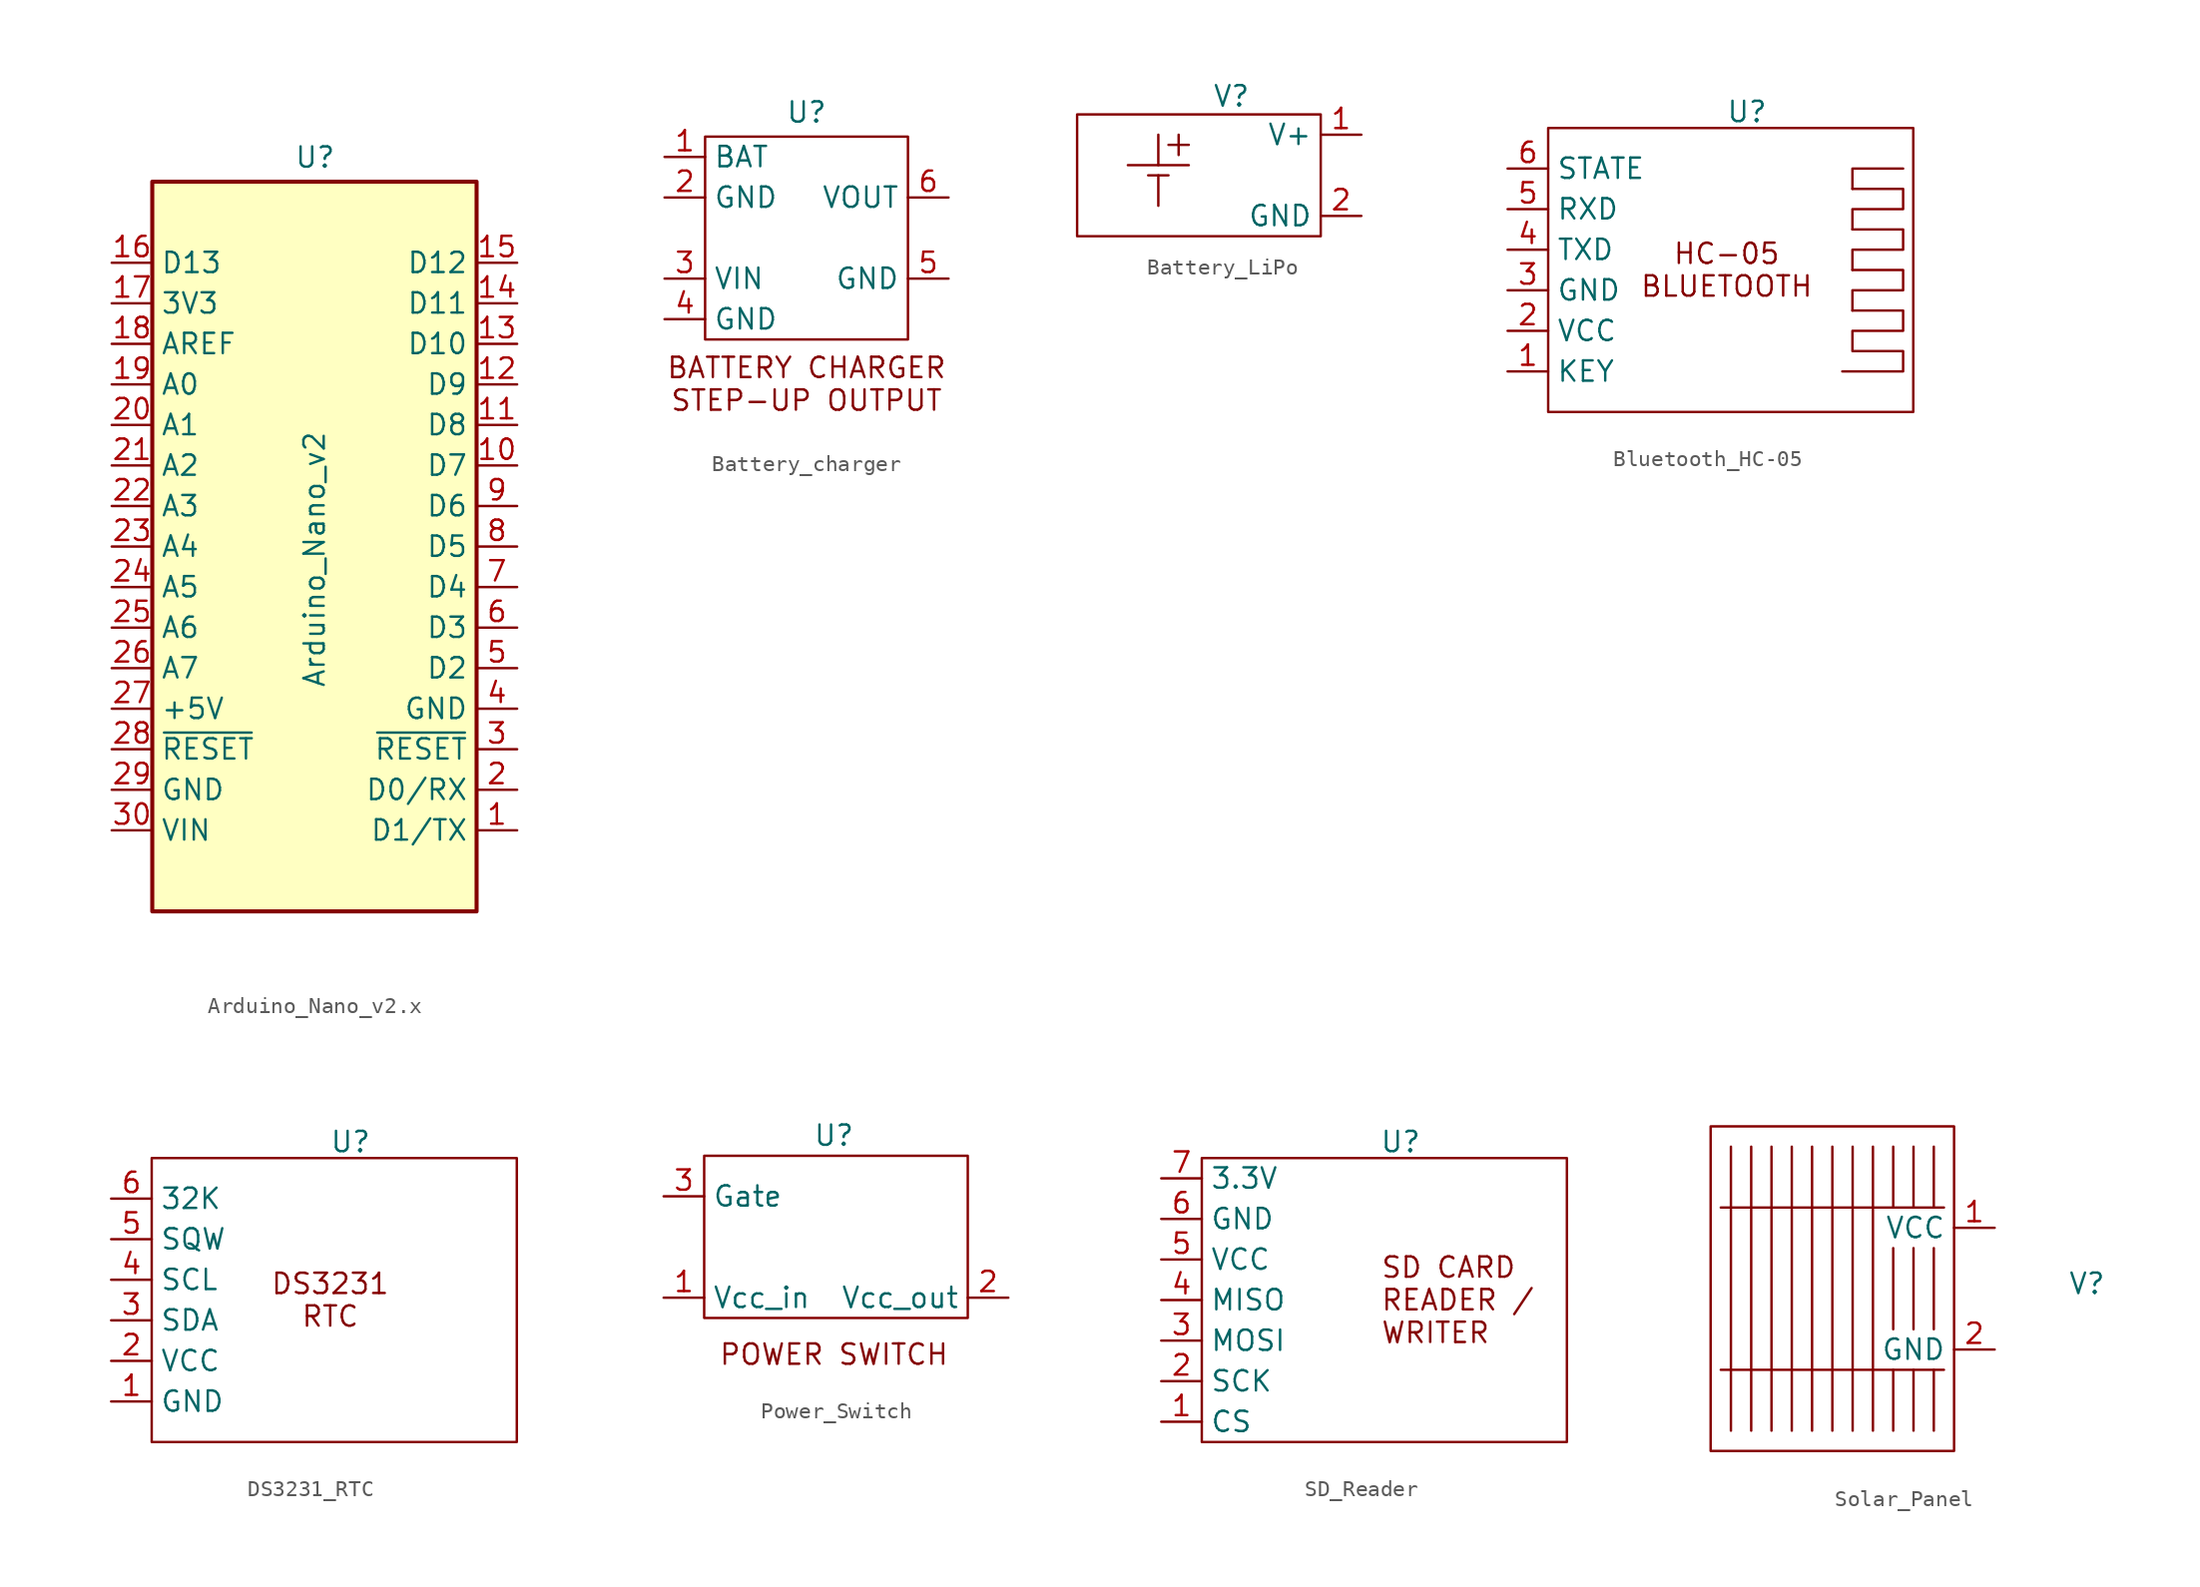
<source format=kicad_sym>
(kicad_symbol_lib
  (version 20231120)
  (generator "kicad_symbol_editor")
  (generator_version "8.0")
  (symbol "Arduino_Nano_v2.x"
    (property "Reference" "U"
      (at -1.27 24.384 0)
      (effects (font (size 1.27 1.27)) (justify left)))
    (property "Value" "Arduino_Nano_v2"
      (at 0 -8.89 90)
      (effects (font (size 1.27 1.27)) (justify left)))
    (symbol "Arduino_Nano_v2.x_0_1"
      (rectangle (start -10.16 22.86) (end 10.16 -22.86) (stroke (width 0.254) (type default)) (fill (type background))))
    (symbol "Arduino_Nano_v2.x_1_1"
      (pin bidirectional line (at 12.7 -17.78 180) (length 2.54) (name "D1/TX" (effects (font (size 1.27 1.27)))) (number "1" (effects (font (size 1.27 1.27)))))
      (pin bidirectional line (at 12.7 5.08 180) (length 2.54) (name "D7" (effects (font (size 1.27 1.27)))) (number "10" (effects (font (size 1.27 1.27)))))
      (pin bidirectional line (at 12.7 7.62 180) (length 2.54) (name "D8" (effects (font (size 1.27 1.27)))) (number "11" (effects (font (size 1.27 1.27)))))
      (pin bidirectional line (at 12.7 10.16 180) (length 2.54) (name "D9" (effects (font (size 1.27 1.27)))) (number "12" (effects (font (size 1.27 1.27)))))
      (pin bidirectional line (at 12.7 12.7 180) (length 2.54) (name "D10" (effects (font (size 1.27 1.27)))) (number "13" (effects (font (size 1.27 1.27)))))
      (pin bidirectional line (at 12.7 15.24 180) (length 2.54) (name "D11" (effects (font (size 1.27 1.27)))) (number "14" (effects (font (size 1.27 1.27)))))
      (pin bidirectional line (at 12.7 17.78 180) (length 2.54) (name "D12" (effects (font (size 1.27 1.27)))) (number "15" (effects (font (size 1.27 1.27)))))
      (pin bidirectional line (at -12.7 17.78 0) (length 2.54) (name "D13" (effects (font (size 1.27 1.27)))) (number "16" (effects (font (size 1.27 1.27)))))
      (pin power_out line (at -12.7 15.24 0) (length 2.54) (name "3V3" (effects (font (size 1.27 1.27)))) (number "17" (effects (font (size 1.27 1.27)))))
      (pin input line (at -12.7 12.7 0) (length 2.54) (name "AREF" (effects (font (size 1.27 1.27)))) (number "18" (effects (font (size 1.27 1.27)))))
      (pin bidirectional line (at -12.7 10.16 0) (length 2.54) (name "A0" (effects (font (size 1.27 1.27)))) (number "19" (effects (font (size 1.27 1.27)))))
      (pin bidirectional line (at 12.7 -15.24 180) (length 2.54) (name "D0/RX" (effects (font (size 1.27 1.27)))) (number "2" (effects (font (size 1.27 1.27)))))
      (pin bidirectional line (at -12.7 7.62 0) (length 2.54) (name "A1" (effects (font (size 1.27 1.27)))) (number "20" (effects (font (size 1.27 1.27)))))
      (pin bidirectional line (at -12.7 5.08 0) (length 2.54) (name "A2" (effects (font (size 1.27 1.27)))) (number "21" (effects (font (size 1.27 1.27)))))
      (pin bidirectional line (at -12.7 2.54 0) (length 2.54) (name "A3" (effects (font (size 1.27 1.27)))) (number "22" (effects (font (size 1.27 1.27)))))
      (pin bidirectional line (at -12.7 0 0) (length 2.54) (name "A4" (effects (font (size 1.27 1.27)))) (number "23" (effects (font (size 1.27 1.27)))))
      (pin bidirectional line (at -12.7 -2.54 0) (length 2.54) (name "A5" (effects (font (size 1.27 1.27)))) (number "24" (effects (font (size 1.27 1.27)))))
      (pin bidirectional line (at -12.7 -5.08 0) (length 2.54) (name "A6" (effects (font (size 1.27 1.27)))) (number "25" (effects (font (size 1.27 1.27)))))
      (pin bidirectional line (at -12.7 -7.62 0) (length 2.54) (name "A7" (effects (font (size 1.27 1.27)))) (number "26" (effects (font (size 1.27 1.27)))))
      (pin power_in line (at -12.7 -10.16 0) (length 2.54) (name "+5V" (effects (font (size 1.27 1.27)))) (number "27" (effects (font (size 1.27 1.27)))))
      (pin input line (at -12.7 -12.7 0) (length 2.54) (name "~{RESET}" (effects (font (size 1.27 1.27)))) (number "28" (effects (font (size 1.27 1.27)))))
      (pin power_in line (at -12.7 -15.24 0) (length 2.54) (name "GND" (effects (font (size 1.27 1.27)))) (number "29" (effects (font (size 1.27 1.27)))))
      (pin input line (at 12.7 -12.7 180) (length 2.54) (name "~{RESET}" (effects (font (size 1.27 1.27)))) (number "3" (effects (font (size 1.27 1.27)))))
      (pin power_in line (at -12.7 -17.78 0) (length 2.54) (name "VIN" (effects (font (size 1.27 1.27)))) (number "30" (effects (font (size 1.27 1.27)))))
      (pin power_in line (at 12.7 -10.16 180) (length 2.54) (name "GND" (effects (font (size 1.27 1.27)))) (number "4" (effects (font (size 1.27 1.27)))))
      (pin bidirectional line (at 12.7 -7.62 180) (length 2.54) (name "D2" (effects (font (size 1.27 1.27)))) (number "5" (effects (font (size 1.27 1.27)))))
      (pin bidirectional line (at 12.7 -5.08 180) (length 2.54) (name "D3" (effects (font (size 1.27 1.27)))) (number "6" (effects (font (size 1.27 1.27)))))
      (pin bidirectional line (at 12.7 -2.54 180) (length 2.54) (name "D4" (effects (font (size 1.27 1.27)))) (number "7" (effects (font (size 1.27 1.27)))))
      (pin bidirectional line (at 12.7 0 180) (length 2.54) (name "D5" (effects (font (size 1.27 1.27)))) (number "8" (effects (font (size 1.27 1.27)))))
      (pin bidirectional line (at 12.7 2.54 180) (length 2.54) (name "D6" (effects (font (size 1.27 1.27)))) (number "9" (effects (font (size 1.27 1.27)))))))
  (symbol "Battery_charger"
    (property "Reference" "U"
      (at 8.89 2.794 0)
      (effects (font (size 1.27 1.27))))
    (property "Value" ""
      (at 8.89 2.794 0)
      (effects (font (size 1.27 1.27))))
    (symbol "Battery_charger_0_1"
      (rectangle (start 2.54 1.27) (end 15.24 -11.43) (stroke (width 0) (type default)) (fill (type none))))
    (symbol "Battery_charger_1_1"
      (text "BATTERY CHARGER\nSTEP-UP OUTPUT" (at 8.89 -14.224 0) (effects (font (size 1.27 1.27))))
      (pin power_in line (at 0 0 0) (length 2.54) (name "BAT" (effects (font (size 1.27 1.27)))) (number "1" (effects (font (size 1.27 1.27)))))
      (pin power_in line (at 0 -2.54 0) (length 2.54) (name "GND" (effects (font (size 1.27 1.27)))) (number "2" (effects (font (size 1.27 1.27)))))
      (pin power_in line (at 0 -7.62 0) (length 2.54) (name "VIN" (effects (font (size 1.27 1.27)))) (number "3" (effects (font (size 1.27 1.27)))))
      (pin power_in line (at 0 -10.16 0) (length 2.54) (name "GND" (effects (font (size 1.27 1.27)))) (number "4" (effects (font (size 1.27 1.27)))))
      (pin power_out line (at 17.78 -7.62 180) (length 2.54) (name "GND" (effects (font (size 1.27 1.27)))) (number "5" (effects (font (size 1.27 1.27)))))
      (pin power_out line (at 17.78 -2.54 180) (length 2.54) (name "VOUT" (effects (font (size 1.27 1.27)))) (number "6" (effects (font (size 1.27 1.27)))))))
  (symbol "Battery_LiPo"
    (property "Reference" "V"
      (at -8.128 2.413 0)
      (effects (font (size 1.27 1.27))))
    (property "Value" ""
      (at -8.255 3.175 0)
      (effects (font (size 1.27 1.27))))
    (symbol "Battery_LiPo_0_1"
      (rectangle (start -17.78 1.27) (end -2.54 -6.35) (stroke (width 0) (type default)) (fill (type none)))
      (polyline (pts (xy -12.7 -2.54) (xy -12.7 -4.445)) (stroke (width 0) (type default)) (fill (type none)))
      (polyline (pts (xy -12.7 0) (xy -12.7 -1.905)) (stroke (width 0) (type default)) (fill (type none)))
      (polyline (pts (xy -12.065 -2.54) (xy -13.335 -2.54)) (stroke (width 0) (type default)) (fill (type none)))
      (polyline (pts (xy -11.43 0) (xy -11.43 -1.27)) (stroke (width 0) (type default)) (fill (type none)))
      (polyline (pts (xy -10.795 -1.905) (xy -14.605 -1.905)) (stroke (width 0) (type default)) (fill (type none)))
      (polyline (pts (xy -10.795 -0.635) (xy -12.065 -0.635)) (stroke (width 0) (type default)) (fill (type none))))
    (symbol "Battery_LiPo_1_1"
      (pin power_out line (at 0 0 180) (length 2.54) (name "V+" (effects (font (size 1.27 1.27)))) (number "1" (effects (font (size 1.27 1.27)))))
      (pin power_out line (at 0 -5.08 180) (length 2.54) (name "GND" (effects (font (size 1.27 1.27)))) (number "2" (effects (font (size 1.27 1.27)))))))
  (symbol "Bluetooth_HC-05"
    (property "Reference" "U"
      (at 14.986 3.556 0)
      (effects (font (size 1.27 1.27))))
    (property "Value" ""
      (at 2.54 -13.97 0)
      (effects (font (size 1.27 1.27))))
    (symbol "Bluetooth_HC-05_0_1"
      (rectangle (start 2.54 2.54) (end 25.4 -15.24) (stroke (width 0) (type default)) (fill (type none))))
    (symbol "Bluetooth_HC-05_1_1"
      (polyline (pts (xy 21.59 -1.27) (xy 21.59 0) (xy 24.765 0)) (stroke (width 0) (type default)) (fill (type none)))
      (polyline (pts (xy 21.59 -8.89) (xy 21.59 -7.62) (xy 24.765 -7.62) (xy 24.765 -6.35) (xy 21.59 -6.35)) (stroke (width 0) (type default)) (fill (type none)))
      (polyline (pts (xy 21.59 -6.35) (xy 21.59 -5.08) (xy 24.765 -5.08) (xy 24.765 -3.81) (xy 21.59 -3.81)) (stroke (width 0) (type default)) (fill (type none)))
      (polyline (pts (xy 21.59 -3.81) (xy 21.59 -2.54) (xy 24.765 -2.54) (xy 24.765 -1.27) (xy 21.59 -1.27)) (stroke (width 0) (type default)) (fill (type none)))
      (polyline (pts (xy 20.955 -12.7) (xy 24.765 -12.7) (xy 24.765 -11.43) (xy 21.59 -11.43) (xy 21.59 -10.16) (xy 24.765 -10.16) (xy 24.765 -8.89) (xy 21.59 -8.89)) (stroke (width 0) (type default)) (fill (type none)))
      (text "HC-05\nBLUETOOTH" (at 13.716 -6.35 0) (effects (font (size 1.27 1.27))))
      (pin input line (at 0 -12.7 0) (length 2.54) (name "KEY" (effects (font (size 1.27 1.27)))) (number "1" (effects (font (size 1.27 1.27)))))
      (pin power_in line (at 0 -10.16 0) (length 2.54) (name "VCC" (effects (font (size 1.27 1.27)))) (number "2" (effects (font (size 1.27 1.27)))))
      (pin power_in line (at 0 -7.62 0) (length 2.54) (name "GND" (effects (font (size 1.27 1.27)))) (number "3" (effects (font (size 1.27 1.27)))))
      (pin output line (at 0 -5.08 0) (length 2.54) (name "TXD" (effects (font (size 1.27 1.27)))) (number "4" (effects (font (size 1.27 1.27)))))
      (pin input line (at 0 -2.54 0) (length 2.54) (name "RXD" (effects (font (size 1.27 1.27)))) (number "5" (effects (font (size 1.27 1.27)))))
      (pin output line (at 0 0 0) (length 2.54) (name "STATE" (effects (font (size 1.27 1.27)))) (number "6" (effects (font (size 1.27 1.27)))))))
  (symbol "DS3231_RTC"
    (property "Reference" "U"
      (at 14.986 3.556 0)
      (effects (font (size 1.27 1.27))))
    (property "Value" ""
      (at 2.54 -13.97 0)
      (effects (font (size 1.27 1.27))))
    (symbol "DS3231_RTC_0_1"
      (rectangle (start 2.54 2.54) (end 25.4 -15.24) (stroke (width 0) (type default)) (fill (type none))))
    (symbol "DS3231_RTC_1_1"
      (text "DS3231\nRTC" (at 13.716 -6.35 0) (effects (font (size 1.27 1.27))))
      (pin power_in line (at 0 -12.7 0) (length 2.54) (name "GND" (effects (font (size 1.27 1.27)))) (number "1" (effects (font (size 1.27 1.27)))))
      (pin power_in line (at 0 -10.16 0) (length 2.54) (name "VCC" (effects (font (size 1.27 1.27)))) (number "2" (effects (font (size 1.27 1.27)))))
      (pin bidirectional line (at 0 -7.62 0) (length 2.54) (name "SDA" (effects (font (size 1.27 1.27)))) (number "3" (effects (font (size 1.27 1.27)))))
      (pin bidirectional line (at 0 -5.08 0) (length 2.54) (name "SCL" (effects (font (size 1.27 1.27)))) (number "4" (effects (font (size 1.27 1.27)))))
      (pin output line (at 0 -2.54 0) (length 2.54) (name "SQW" (effects (font (size 1.27 1.27)))) (number "5" (effects (font (size 1.27 1.27)))))
      (pin output line (at 0 0 0) (length 2.54) (name "32K" (effects (font (size 1.27 1.27)))) (number "6" (effects (font (size 1.27 1.27)))))))
  (symbol "Power_Switch"
    (property "Reference" "U"
      (at 10.668 10.16 0)
      (effects (font (size 1.27 1.27))))
    (property "Value" ""
      (at 0 0 0)
      (effects (font (size 1.27 1.27))))
    (symbol "Power_Switch_0_1"
      (rectangle (start 2.54 8.89) (end 19.05 -1.27) (stroke (width 0) (type default)) (fill (type none))))
    (symbol "Power_Switch_1_1"
      (text "POWER SWITCH" (at 10.668 -3.556 0) (effects (font (size 1.27 1.27))))
      (pin power_in line (at 0 0 0) (length 2.54) (name "Vcc_in" (effects (font (size 1.27 1.27)))) (number "1" (effects (font (size 1.27 1.27)))))
      (pin power_out line (at 21.59 0 180) (length 2.54) (name "Vcc_out" (effects (font (size 1.27 1.27)))) (number "2" (effects (font (size 1.27 1.27)))))
      (pin input line (at 0 6.35 0) (length 2.54) (name "Gate" (effects (font (size 1.27 1.27)))) (number "3" (effects (font (size 1.27 1.27)))))))
  (symbol "SD_Reader"
    (property "Reference" "U"
      (at 14.986 2.286 0)
      (effects (font (size 1.27 1.27))))
    (property "Value" ""
      (at 2.54 -15.24 0)
      (effects (font (size 1.27 1.27))))
    (symbol "SD_Reader_0_1"
      (rectangle (start 2.54 1.27) (end 25.4 -16.51) (stroke (width 0) (type default)) (fill (type none))))
    (symbol "SD_Reader_1_1"
      (text "SD CARD\nREADER / \nWRITER" (at 13.716 -7.62 0) (effects (font (size 1.27 1.27)) (justify left)))
      (pin input line (at 0 -15.24 0) (length 2.54) (name "CS" (effects (font (size 1.27 1.27)))) (number "1" (effects (font (size 1.27 1.27)))))
      (pin input line (at 0 -12.7 0) (length 2.54) (name "SCK" (effects (font (size 1.27 1.27)))) (number "2" (effects (font (size 1.27 1.27)))))
      (pin input line (at 0 -10.16 0) (length 2.54) (name "MOSI" (effects (font (size 1.27 1.27)))) (number "3" (effects (font (size 1.27 1.27)))))
      (pin input line (at 0 -7.62 0) (length 2.54) (name "MISO" (effects (font (size 1.27 1.27)))) (number "4" (effects (font (size 1.27 1.27)))))
      (pin power_in line (at 0 -5.08 0) (length 2.54) (name "VCC" (effects (font (size 1.27 1.27)))) (number "5" (effects (font (size 1.27 1.27)))))
      (pin power_in line (at 0 -2.54 0) (length 2.54) (name "GND" (effects (font (size 1.27 1.27)))) (number "6" (effects (font (size 1.27 1.27)))))
      (pin power_in line (at 0 0 0) (length 2.54) (name "3.3V" (effects (font (size 1.27 1.27)))) (number "7" (effects (font (size 1.27 1.27)))))))
  (symbol "Solar_Panel"
    (property "Reference" "V"
      (at 5.779 -3.493 0)
      (effects (font (size 1.27 1.27))))
    (property "Value" ""
      (at 5.779 -3.493 90)
      (effects (font (size 1.27 1.27))))
    (symbol "Solar_Panel_0_1"
      (rectangle (start -2.54 6.35) (end -17.78 -13.97) (stroke (width 0) (type default)) (fill (type none)))
      (polyline (pts (xy -16.51 5.08) (xy -16.51 -12.7)) (stroke (width 0) (type default)) (fill (type none)))
      (polyline (pts (xy -15.24 5.08) (xy -15.24 -12.7)) (stroke (width 0) (type default)) (fill (type none)))
      (polyline (pts (xy -13.97 5.08) (xy -13.97 -12.7)) (stroke (width 0) (type default)) (fill (type none)))
      (polyline (pts (xy -12.7 5.08) (xy -12.7 -12.7)) (stroke (width 0) (type default)) (fill (type none)))
      (polyline (pts (xy -11.43 5.08) (xy -11.43 -12.7)) (stroke (width 0) (type default)) (fill (type none)))
      (polyline (pts (xy -10.16 5.08) (xy -10.16 -12.7)) (stroke (width 0) (type default)) (fill (type none)))
      (polyline (pts (xy -8.89 5.08) (xy -8.89 -12.7)) (stroke (width 0) (type default)) (fill (type none)))
      (polyline (pts (xy -7.62 5.08) (xy -7.62 -12.7)) (stroke (width 0) (type default)) (fill (type none)))
      (polyline (pts (xy -6.35 -8.89) (xy -6.35 -12.7)) (stroke (width 0) (type default)) (fill (type none)))
      (polyline (pts (xy -6.35 -1.27) (xy -6.35 -6.35)) (stroke (width 0) (type default)) (fill (type none)))
      (polyline (pts (xy -6.35 5.08) (xy -6.35 1.27)) (stroke (width 0) (type default)) (fill (type none)))
      (polyline (pts (xy -5.08 -8.89) (xy -5.08 -12.7)) (stroke (width 0) (type default)) (fill (type none)))
      (polyline (pts (xy -5.08 -1.27) (xy -5.08 -6.35)) (stroke (width 0) (type default)) (fill (type none)))
      (polyline (pts (xy -5.08 5.08) (xy -5.08 1.27)) (stroke (width 0) (type default)) (fill (type none)))
      (polyline (pts (xy -3.81 -8.89) (xy -3.81 -12.7)) (stroke (width 0) (type default)) (fill (type none)))
      (polyline (pts (xy -3.81 -1.27) (xy -3.81 -6.35)) (stroke (width 0) (type default)) (fill (type none)))
      (polyline (pts (xy -3.81 5.08) (xy -3.81 1.27)) (stroke (width 0) (type default)) (fill (type none)))
      (polyline (pts (xy -3.175 -8.89) (xy -17.145 -8.89)) (stroke (width 0) (type default)) (fill (type none)))
      (polyline (pts (xy -3.175 1.27) (xy -17.145 1.27)) (stroke (width 0) (type default)) (fill (type none))))
    (symbol "Solar_Panel_1_1"
      (pin power_out line (at 0 0 180) (length 2.54) (name "VCC" (effects (font (size 1.27 1.27)))) (number "1" (effects (font (size 1.27 1.27)))))
      (pin power_out line (at 0 -7.62 180) (length 2.54) (name "GND" (effects (font (size 1.27 1.27)))) (number "2" (effects (font (size 1.27 1.27))))))))
</source>
